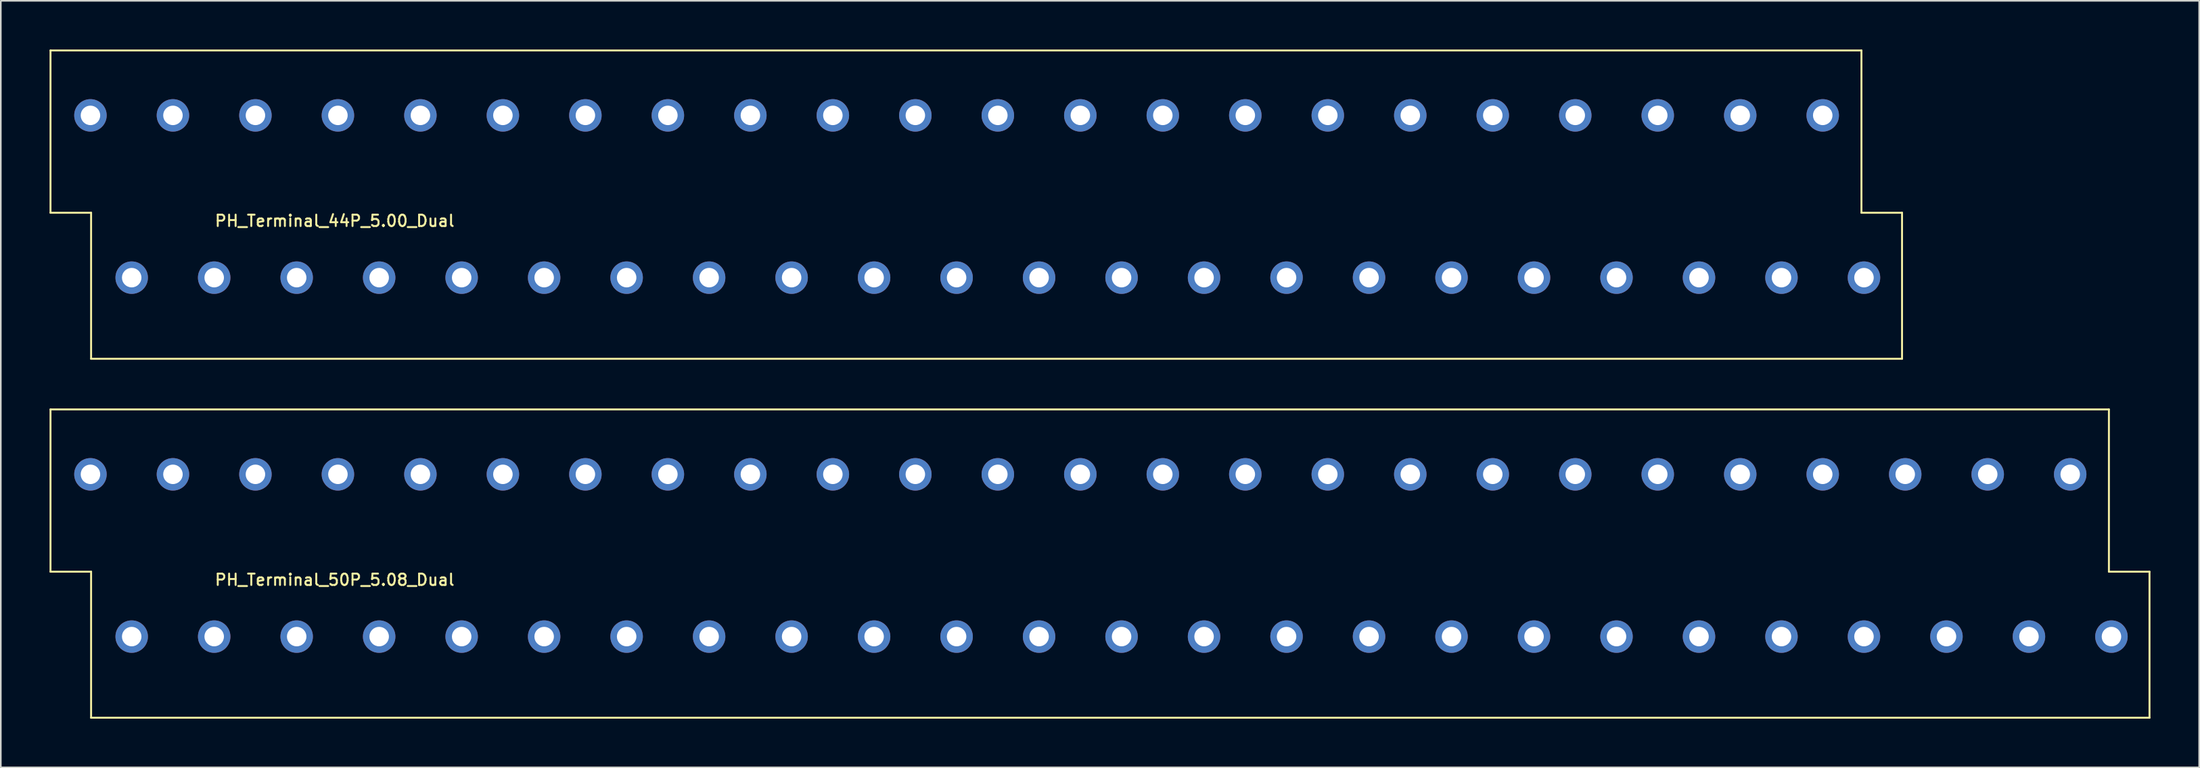
<source format=kicad_pcb>
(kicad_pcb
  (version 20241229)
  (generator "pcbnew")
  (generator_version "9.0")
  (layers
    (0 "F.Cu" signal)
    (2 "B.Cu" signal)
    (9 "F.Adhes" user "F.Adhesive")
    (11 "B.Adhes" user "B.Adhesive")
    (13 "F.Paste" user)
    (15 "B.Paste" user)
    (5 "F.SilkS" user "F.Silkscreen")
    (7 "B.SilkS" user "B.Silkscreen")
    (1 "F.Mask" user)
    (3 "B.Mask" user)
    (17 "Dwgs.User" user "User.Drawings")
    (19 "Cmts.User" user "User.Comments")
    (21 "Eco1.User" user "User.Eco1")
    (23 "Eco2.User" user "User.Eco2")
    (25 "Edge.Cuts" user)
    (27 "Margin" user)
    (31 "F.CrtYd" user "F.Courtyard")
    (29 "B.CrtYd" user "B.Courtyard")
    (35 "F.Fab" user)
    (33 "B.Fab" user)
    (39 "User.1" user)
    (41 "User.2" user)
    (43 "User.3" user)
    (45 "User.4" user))
  (footprint "PH_Terminal_50P_5.08_Dual"
    (layer "F.Cu")
    (at 57.56 32.18)
    (property "Reference" "PH_Terminal_50P_5.08_Dual" (at -40 0.5 0) (layer "F.SilkS") (effects (font (size 0.7 0.7) (thickness 0.12))))
    (attr through_hole)
    (fp_line (start -57.5 0) (end -57.5 -10) (stroke (width 0.12) (type solid)) (layer "F.SilkS"))
    (fp_line (start -55 0) (end -57.5 0) (stroke (width 0.12) (type solid)) (layer "F.SilkS"))
    (fp_line (start -55 9) (end -55 0) (stroke (width 0.12) (type solid)) (layer "F.SilkS"))
    (fp_line (start -55 9) (end 71.764 9) (stroke (width 0.12) (type solid)) (layer "F.SilkS"))
    (fp_line (start 69.264 -10) (end -57.5 -10) (stroke (width 0.12) (type solid)) (layer "F.SilkS"))
    (fp_line (start 69.264 0) (end 69.264 -10) (stroke (width 0.12) (type solid)) (layer "F.SilkS"))
    (fp_line (start 71.764 0) (end 69.264 0) (stroke (width 0.12) (type solid)) (layer "F.SilkS"))
    (fp_line (start 71.764 9) (end 71.764 0) (stroke (width 0.12) (type solid)) (layer "F.SilkS"))
    (pad "1" thru_hole circle (at -52.5 4) (size 2 2) (drill 1.2) (layers "*.Cu" "*.Mask"))
    (pad "2" thru_hole circle (at -47.42 4) (size 2 2) (drill 1.2) (layers "*.Cu" "*.Mask"))
    (pad "3" thru_hole circle (at -42.34 4) (size 2 2) (drill 1.2) (layers "*.Cu" "*.Mask"))
    (pad "4" thru_hole circle (at -37.26 4) (size 2 2) (drill 1.2) (layers "*.Cu" "*.Mask"))
    (pad "5" thru_hole circle (at -32.18 4) (size 2 2) (drill 1.2) (layers "*.Cu" "*.Mask"))
    (pad "6" thru_hole circle (at -27.1 4) (size 2 2) (drill 1.2) (layers "*.Cu" "*.Mask"))
    (pad "7" thru_hole circle (at -22.02 4) (size 2 2) (drill 1.2) (layers "*.Cu" "*.Mask"))
    (pad "8" thru_hole circle (at -16.94 4) (size 2 2) (drill 1.2) (layers "*.Cu" "*.Mask"))
    (pad "9" thru_hole circle (at -11.86 4) (size 2 2) (drill 1.2) (layers "*.Cu" "*.Mask"))
    (pad "10" thru_hole circle (at -6.78 4) (size 2 2) (drill 1.2) (layers "*.Cu" "*.Mask"))
    (pad "11" thru_hole circle (at -1.7 4) (size 2 2) (drill 1.2) (layers "*.Cu" "*.Mask"))
    (pad "12" thru_hole circle (at 3.38 4) (size 2 2) (drill 1.2) (layers "*.Cu" "*.Mask"))
    (pad "13" thru_hole circle (at 8.46 4) (size 2 2) (drill 1.2) (layers "*.Cu" "*.Mask"))
    (pad "14" thru_hole circle (at 13.54 4) (size 2 2) (drill 1.2) (layers "*.Cu" "*.Mask"))
    (pad "15" thru_hole circle (at 18.62 4) (size 2 2) (drill 1.2) (layers "*.Cu" "*.Mask"))
    (pad "16" thru_hole circle (at 23.7 4) (size 2 2) (drill 1.2) (layers "*.Cu" "*.Mask"))
    (pad "17" thru_hole circle (at 28.78 4) (size 2 2) (drill 1.2) (layers "*.Cu" "*.Mask"))
    (pad "18" thru_hole circle (at 33.86 4) (size 2 2) (drill 1.2) (layers "*.Cu" "*.Mask"))
    (pad "19" thru_hole circle (at 38.94 4) (size 2 2) (drill 1.2) (layers "*.Cu" "*.Mask"))
    (pad "20" thru_hole circle (at 44.02 4) (size 2 2) (drill 1.2) (layers "*.Cu" "*.Mask"))
    (pad "21" thru_hole circle (at 49.1 4) (size 2 2) (drill 1.2) (layers "*.Cu" "*.Mask"))
    (pad "22" thru_hole circle (at 54.18 4) (size 2 2) (drill 1.2) (layers "*.Cu" "*.Mask"))
    (pad "23" thru_hole circle (at 59.26 4) (size 2 2) (drill 1.2) (layers "*.Cu" "*.Mask"))
    (pad "24" thru_hole circle (at 64.34 4) (size 2 2) (drill 1.2) (layers "*.Cu" "*.Mask"))
    (pad "25" thru_hole circle (at 69.42 4) (size 2 2) (drill 1.2) (layers "*.Cu" "*.Mask"))
    (pad "26" thru_hole circle (at -55.04 -6) (size 2 2) (drill 1.2) (layers "*.Cu" "*.Mask"))
    (pad "27" thru_hole circle (at -49.96 -6) (size 2 2) (drill 1.2) (layers "*.Cu" "*.Mask"))
    (pad "28" thru_hole circle (at -44.88 -6) (size 2 2) (drill 1.2) (layers "*.Cu" "*.Mask"))
    (pad "29" thru_hole circle (at -39.8 -6) (size 2 2) (drill 1.2) (layers "*.Cu" "*.Mask"))
    (pad "30" thru_hole circle (at -34.72 -6) (size 2 2) (drill 1.2) (layers "*.Cu" "*.Mask"))
    (pad "31" thru_hole circle (at -29.64 -6) (size 2 2) (drill 1.2) (layers "*.Cu" "*.Mask"))
    (pad "32" thru_hole circle (at -24.56 -6) (size 2 2) (drill 1.2) (layers "*.Cu" "*.Mask"))
    (pad "33" thru_hole circle (at -19.48 -6) (size 2 2) (drill 1.2) (layers "*.Cu" "*.Mask"))
    (pad "34" thru_hole circle (at -14.4 -6) (size 2 2) (drill 1.2) (layers "*.Cu" "*.Mask"))
    (pad "35" thru_hole circle (at -9.32 -6) (size 2 2) (drill 1.2) (layers "*.Cu" "*.Mask"))
    (pad "36" thru_hole circle (at -4.24 -6) (size 2 2) (drill 1.2) (layers "*.Cu" "*.Mask"))
    (pad "37" thru_hole circle (at 0.84 -6) (size 2 2) (drill 1.2) (layers "*.Cu" "*.Mask"))
    (pad "38" thru_hole circle (at 5.92 -6) (size 2 2) (drill 1.2) (layers "*.Cu" "*.Mask"))
    (pad "39" thru_hole circle (at 11 -6) (size 2 2) (drill 1.2) (layers "*.Cu" "*.Mask"))
    (pad "40" thru_hole circle (at 16.08 -6) (size 2 2) (drill 1.2) (layers "*.Cu" "*.Mask"))
    (pad "41" thru_hole circle (at 21.16 -6) (size 2 2) (drill 1.2) (layers "*.Cu" "*.Mask"))
    (pad "42" thru_hole circle (at 26.24 -6) (size 2 2) (drill 1.2) (layers "*.Cu" "*.Mask"))
    (pad "43" thru_hole circle (at 31.32 -6) (size 2 2) (drill 1.2) (layers "*.Cu" "*.Mask"))
    (pad "44" thru_hole circle (at 36.4 -6) (size 2 2) (drill 1.2) (layers "*.Cu" "*.Mask"))
    (pad "45" thru_hole circle (at 41.48 -6) (size 2 2) (drill 1.2) (layers "*.Cu" "*.Mask"))
    (pad "46" thru_hole circle (at 46.56 -6) (size 2 2) (drill 1.2) (layers "*.Cu" "*.Mask"))
    (pad "47" thru_hole circle (at 51.64 -6) (size 2 2) (drill 1.2) (layers "*.Cu" "*.Mask"))
    (pad "48" thru_hole circle (at 56.72 -6) (size 2 2) (drill 1.2) (layers "*.Cu" "*.Mask"))
    (pad "49" thru_hole circle (at 61.8 -6) (size 2 2) (drill 1.2) (layers "*.Cu" "*.Mask"))
    (pad "50" thru_hole circle (at 66.88 -6) (size 2 2) (drill 1.2) (layers "*.Cu" "*.Mask")))
  (footprint "PH_Terminal_44P_5.00_Dual"
    (layer "F.Cu")
    (at 57.56 10.06)
    (property "Reference" "PH_Terminal_44P_5.00_Dual" (at -40 0.5 0) (layer "F.SilkS") (effects (font (size 0.7 0.7) (thickness 0.12))))
    (attr through_hole)
    (fp_line (start -57.5 0) (end -57.5 -10) (stroke (width 0.12) (type solid)) (layer "F.SilkS"))
    (fp_line (start -55 0) (end -57.5 0) (stroke (width 0.12) (type solid)) (layer "F.SilkS"))
    (fp_line (start -55 9) (end -55 0) (stroke (width 0.12) (type solid)) (layer "F.SilkS"))
    (fp_line (start -55 9) (end 56.524 9) (stroke (width 0.12) (type solid)) (layer "F.SilkS"))
    (fp_line (start 54.024 -10) (end -57.5 -10) (stroke (width 0.12) (type solid)) (layer "F.SilkS"))
    (fp_line (start 54.024 0) (end 54.024 -10) (stroke (width 0.12) (type solid)) (layer "F.SilkS"))
    (fp_line (start 56.524 0) (end 54.024 0) (stroke (width 0.12) (type solid)) (layer "F.SilkS"))
    (fp_line (start 56.524 9) (end 56.524 0) (stroke (width 0.12) (type solid)) (layer "F.SilkS"))
    (pad "1" thru_hole circle (at -52.5 4) (size 2 2) (drill 1.2) (layers "*.Cu" "*.Mask"))
    (pad "2" thru_hole circle (at -47.42 4) (size 2 2) (drill 1.2) (layers "*.Cu" "*.Mask"))
    (pad "3" thru_hole circle (at -42.34 4) (size 2 2) (drill 1.2) (layers "*.Cu" "*.Mask"))
    (pad "4" thru_hole circle (at -37.26 4) (size 2 2) (drill 1.2) (layers "*.Cu" "*.Mask"))
    (pad "5" thru_hole circle (at -32.18 4) (size 2 2) (drill 1.2) (layers "*.Cu" "*.Mask"))
    (pad "6" thru_hole circle (at -27.1 4) (size 2 2) (drill 1.2) (layers "*.Cu" "*.Mask"))
    (pad "7" thru_hole circle (at -22.02 4) (size 2 2) (drill 1.2) (layers "*.Cu" "*.Mask"))
    (pad "8" thru_hole circle (at -16.94 4) (size 2 2) (drill 1.2) (layers "*.Cu" "*.Mask"))
    (pad "9" thru_hole circle (at -11.86 4) (size 2 2) (drill 1.2) (layers "*.Cu" "*.Mask"))
    (pad "10" thru_hole circle (at -6.78 4) (size 2 2) (drill 1.2) (layers "*.Cu" "*.Mask"))
    (pad "11" thru_hole circle (at -1.7 4) (size 2 2) (drill 1.2) (layers "*.Cu" "*.Mask"))
    (pad "12" thru_hole circle (at 3.38 4) (size 2 2) (drill 1.2) (layers "*.Cu" "*.Mask"))
    (pad "13" thru_hole circle (at 8.46 4) (size 2 2) (drill 1.2) (layers "*.Cu" "*.Mask"))
    (pad "14" thru_hole circle (at 13.54 4) (size 2 2) (drill 1.2) (layers "*.Cu" "*.Mask"))
    (pad "15" thru_hole circle (at 18.62 4) (size 2 2) (drill 1.2) (layers "*.Cu" "*.Mask"))
    (pad "16" thru_hole circle (at 23.7 4) (size 2 2) (drill 1.2) (layers "*.Cu" "*.Mask"))
    (pad "17" thru_hole circle (at 28.78 4) (size 2 2) (drill 1.2) (layers "*.Cu" "*.Mask"))
    (pad "18" thru_hole circle (at 33.86 4) (size 2 2) (drill 1.2) (layers "*.Cu" "*.Mask"))
    (pad "19" thru_hole circle (at 38.94 4) (size 2 2) (drill 1.2) (layers "*.Cu" "*.Mask"))
    (pad "20" thru_hole circle (at 44.02 4) (size 2 2) (drill 1.2) (layers "*.Cu" "*.Mask"))
    (pad "21" thru_hole circle (at 49.1 4) (size 2 2) (drill 1.2) (layers "*.Cu" "*.Mask"))
    (pad "22" thru_hole circle (at 54.18 4) (size 2 2) (drill 1.2) (layers "*.Cu" "*.Mask"))
    (pad "23" thru_hole circle (at -55.04 -6) (size 2 2) (drill 1.2) (layers "*.Cu" "*.Mask"))
    (pad "24" thru_hole circle (at -49.96 -6) (size 2 2) (drill 1.2) (layers "*.Cu" "*.Mask"))
    (pad "25" thru_hole circle (at -44.88 -6) (size 2 2) (drill 1.2) (layers "*.Cu" "*.Mask"))
    (pad "26" thru_hole circle (at -39.8 -6) (size 2 2) (drill 1.2) (layers "*.Cu" "*.Mask"))
    (pad "27" thru_hole circle (at -34.72 -6) (size 2 2) (drill 1.2) (layers "*.Cu" "*.Mask"))
    (pad "28" thru_hole circle (at -29.64 -6) (size 2 2) (drill 1.2) (layers "*.Cu" "*.Mask"))
    (pad "29" thru_hole circle (at -24.56 -6) (size 2 2) (drill 1.2) (layers "*.Cu" "*.Mask"))
    (pad "30" thru_hole circle (at -19.48 -6) (size 2 2) (drill 1.2) (layers "*.Cu" "*.Mask"))
    (pad "31" thru_hole circle (at -14.4 -6) (size 2 2) (drill 1.2) (layers "*.Cu" "*.Mask"))
    (pad "32" thru_hole circle (at -9.32 -6) (size 2 2) (drill 1.2) (layers "*.Cu" "*.Mask"))
    (pad "33" thru_hole circle (at -4.24 -6) (size 2 2) (drill 1.2) (layers "*.Cu" "*.Mask"))
    (pad "34" thru_hole circle (at 0.84 -6) (size 2 2) (drill 1.2) (layers "*.Cu" "*.Mask"))
    (pad "35" thru_hole circle (at 5.92 -6) (size 2 2) (drill 1.2) (layers "*.Cu" "*.Mask"))
    (pad "36" thru_hole circle (at 11 -6) (size 2 2) (drill 1.2) (layers "*.Cu" "*.Mask"))
    (pad "37" thru_hole circle (at 16.08 -6) (size 2 2) (drill 1.2) (layers "*.Cu" "*.Mask"))
    (pad "38" thru_hole circle (at 21.16 -6) (size 2 2) (drill 1.2) (layers "*.Cu" "*.Mask"))
    (pad "39" thru_hole circle (at 26.24 -6) (size 2 2) (drill 1.2) (layers "*.Cu" "*.Mask"))
    (pad "40" thru_hole circle (at 31.32 -6) (size 2 2) (drill 1.2) (layers "*.Cu" "*.Mask"))
    (pad "41" thru_hole circle (at 36.4 -6) (size 2 2) (drill 1.2) (layers "*.Cu" "*.Mask"))
    (pad "42" thru_hole circle (at 41.48 -6) (size 2 2) (drill 1.2) (layers "*.Cu" "*.Mask"))
    (pad "43" thru_hole circle (at 46.56 -6) (size 2 2) (drill 1.2) (layers "*.Cu" "*.Mask"))
    (pad "44" thru_hole circle (at 51.64 -6) (size 2 2) (drill 1.2) (layers "*.Cu" "*.Mask")))
  (gr_rect
    (start -3 -3)
    (end 132.384 44.24)
    (stroke (width 0.1) (type default))
    (fill no)
    (layer "Edge.Cuts")))
</source>
